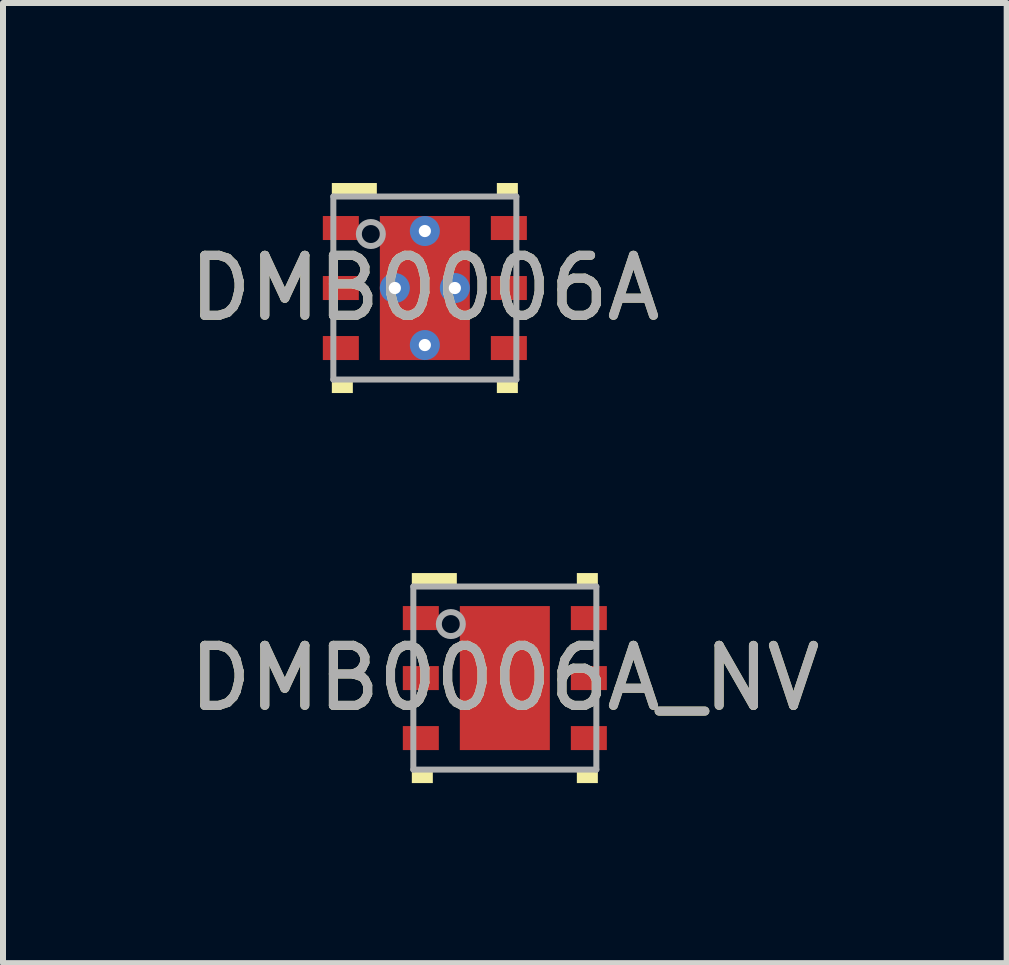
<source format=kicad_pcb>
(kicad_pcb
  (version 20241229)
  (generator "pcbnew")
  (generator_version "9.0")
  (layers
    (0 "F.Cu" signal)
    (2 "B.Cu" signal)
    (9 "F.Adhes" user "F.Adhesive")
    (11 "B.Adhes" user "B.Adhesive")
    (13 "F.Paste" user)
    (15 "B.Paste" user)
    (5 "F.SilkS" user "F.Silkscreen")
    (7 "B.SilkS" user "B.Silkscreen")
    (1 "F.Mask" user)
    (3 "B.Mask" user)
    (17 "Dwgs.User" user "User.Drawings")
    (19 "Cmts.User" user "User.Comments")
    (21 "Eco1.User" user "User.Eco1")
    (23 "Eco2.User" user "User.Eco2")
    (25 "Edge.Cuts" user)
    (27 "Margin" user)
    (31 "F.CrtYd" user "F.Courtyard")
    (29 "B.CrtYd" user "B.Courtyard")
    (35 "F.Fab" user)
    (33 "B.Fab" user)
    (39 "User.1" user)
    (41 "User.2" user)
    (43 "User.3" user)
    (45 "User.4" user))
  (footprint "DMB0006A"
    (layer "F.Cu")
    (at 4.03 1.75)
    (property "Reference" "DMB0006A" (at 0 0 0) (unlocked yes) (layer "F.SilkS") (effects (font (size 1 1) (thickness 0.15))))
    (attr smd)
    (fp_poly (pts (xy -1.55 -1.55) (xy -0.8 -1.55) (xy -0.8 -1.75) (xy -1.55 -1.75)) (stroke (width 0) (type solid)) (fill yes) (layer "F.SilkS"))
    (fp_poly (pts (xy -1.55 1.75) (xy -1.2 1.75) (xy -1.2 1.55) (xy -1.55 1.55)) (stroke (width 0) (type solid)) (fill yes) (layer "F.SilkS"))
    (fp_poly (pts (xy 1.2 -1.55) (xy 1.55 -1.55) (xy 1.55 -1.75) (xy 1.2 -1.75)) (stroke (width 0) (type solid)) (fill yes) (layer "F.SilkS"))
    (fp_poly (pts (xy 1.2 1.75) (xy 1.55 1.75) (xy 1.55 1.55) (xy 1.2 1.55)) (stroke (width 0) (type solid)) (fill yes) (layer "F.SilkS"))
    (fp_poly (pts (xy -0.69 -0.148) (xy -0.69 -1.112) (xy -0.689 -1.122) (xy -0.686 -1.131) (xy -0.682 -1.139) (xy -0.676 -1.146) (xy -0.669 -1.152) (xy -0.661 -1.156) (xy -0.652 -1.159) (xy -0.642 -1.16) (xy 0.642 -1.16) (xy 0.652 -1.159) (xy 0.661 -1.156) (xy 0.669 -1.152) (xy 0.676 -1.146) (xy 0.682 -1.139) (xy 0.686 -1.131) (xy 0.689 -1.122) (xy 0.69 -1.112) (xy 0.69 -0.148) (xy 0.689 -0.138) (xy 0.686 -0.129) (xy 0.682 -0.121) (xy 0.676 -0.114) (xy 0.669 -0.108) (xy 0.661 -0.104) (xy 0.652 -0.101) (xy 0.642 -0.1) (xy -0.642 -0.1) (xy -0.652 -0.101) (xy -0.661 -0.104) (xy -0.669 -0.108) (xy -0.676 -0.114) (xy -0.682 -0.121) (xy -0.686 -0.129) (xy -0.689 -0.138)) (stroke (width 0) (type solid)) (fill yes) (layer "F.Paste"))
    (fp_poly (pts (xy -0.69 1.112) (xy -0.69 0.148) (xy -0.689 0.138) (xy -0.686 0.129) (xy -0.682 0.121) (xy -0.676 0.114) (xy -0.669 0.108) (xy -0.661 0.104) (xy -0.652 0.101) (xy -0.642 0.1) (xy 0.642 0.1) (xy 0.652 0.101) (xy 0.661 0.104) (xy 0.669 0.108) (xy 0.676 0.114) (xy 0.682 0.121) (xy 0.686 0.129) (xy 0.689 0.138) (xy 0.69 0.148) (xy 0.69 1.112) (xy 0.689 1.122) (xy 0.686 1.131) (xy 0.682 1.139) (xy 0.676 1.146) (xy 0.669 1.152) (xy 0.661 1.156) (xy 0.652 1.159) (xy 0.642 1.16) (xy -0.642 1.16) (xy -0.652 1.159) (xy -0.661 1.156) (xy -0.669 1.152) (xy -0.676 1.146) (xy -0.682 1.139) (xy -0.686 1.131) (xy -0.689 1.122)) (stroke (width 0) (type solid)) (fill yes) (layer "F.Paste"))
    (fp_line (start -1.525 -1.525) (end 1.525 -1.525) (stroke (width 0.1) (type solid)) (layer "F.Fab"))
    (fp_line (start -1.525 1.525) (end -1.525 -1.525) (stroke (width 0.1) (type solid)) (layer "F.Fab"))
    (fp_line (start -1.525 1.525) (end 1.525 1.525) (stroke (width 0.1) (type solid)) (layer "F.Fab"))
    (fp_line (start 1.525 1.525) (end 1.525 -1.525) (stroke (width 0.1) (type solid)) (layer "F.Fab"))
    (fp_circle (center -0.9 -0.9) (end -0.7 -0.9) (stroke (width 0.1) (type solid)) (fill no) (layer "F.Fab"))
    (fp_text user "${REFERENCE}" (at 0 0 0) (unlocked yes) (layer "F.Fab") (effects (font (size 1 1) (thickness 0.15))))
    (pad "1" smd rect (at -1.4 -1) (size 0.6 0.4) (layers "F.Cu" "F.Mask" "F.Paste"))
    (pad "2" smd rect (at -1.4 0) (size 0.6 0.4) (layers "F.Cu" "F.Mask" "F.Paste"))
    (pad "3" smd rect (at -1.4 1) (size 0.6 0.4) (layers "F.Cu" "F.Mask" "F.Paste"))
    (pad "4" smd rect (at 1.4 1) (size 0.6 0.4) (layers "F.Cu" "F.Mask" "F.Paste"))
    (pad "5" smd rect (at 1.4 0) (size 0.6 0.4) (layers "F.Cu" "F.Mask" "F.Paste"))
    (pad "6" smd rect (at 1.4 -1) (size 0.6 0.4) (layers "F.Cu" "F.Mask" "F.Paste"))
    (pad "7" smd rect (at 0 0) (size 1.5 2.4) (layers "F.Cu" "F.Mask"))
    (pad "V" thru_hole circle (at -0.5 0) (size 0.5 0.5) (drill 0.203) (layers "*.Cu" "*.Mask"))
    (pad "V" thru_hole circle (at 0 -0.95) (size 0.5 0.5) (drill 0.203) (layers "*.Cu" "*.Mask"))
    (pad "V" thru_hole circle (at 0 0.95) (size 0.5 0.5) (drill 0.203) (layers "*.Cu" "*.Mask"))
    (pad "V" thru_hole circle (at 0.5 0) (size 0.5 0.5) (drill 0.203) (layers "*.Cu" "*.Mask")))
  (footprint "DMB0006A_NV"
    (layer "F.Cu")
    (at 5.363 8.25)
    (property "Reference" "DMB0006A_NV" (at 0 0 0) (unlocked yes) (layer "F.SilkS") (effects (font (size 1 1) (thickness 0.15))))
    (attr smd)
    (fp_poly (pts (xy -1.55 -1.55) (xy -0.8 -1.55) (xy -0.8 -1.75) (xy -1.55 -1.75)) (stroke (width 0) (type solid)) (fill yes) (layer "F.SilkS"))
    (fp_poly (pts (xy -1.55 1.75) (xy -1.2 1.75) (xy -1.2 1.55) (xy -1.55 1.55)) (stroke (width 0) (type solid)) (fill yes) (layer "F.SilkS"))
    (fp_poly (pts (xy 1.2 -1.55) (xy 1.55 -1.55) (xy 1.55 -1.75) (xy 1.2 -1.75)) (stroke (width 0) (type solid)) (fill yes) (layer "F.SilkS"))
    (fp_poly (pts (xy 1.2 1.75) (xy 1.55 1.75) (xy 1.55 1.55) (xy 1.2 1.55)) (stroke (width 0) (type solid)) (fill yes) (layer "F.SilkS"))
    (fp_poly (pts (xy -0.69 -0.148) (xy -0.69 -1.112) (xy -0.689 -1.122) (xy -0.686 -1.131) (xy -0.682 -1.139) (xy -0.676 -1.146) (xy -0.669 -1.152) (xy -0.661 -1.156) (xy -0.652 -1.159) (xy -0.642 -1.16) (xy 0.642 -1.16) (xy 0.652 -1.159) (xy 0.661 -1.156) (xy 0.669 -1.152) (xy 0.676 -1.146) (xy 0.682 -1.139) (xy 0.686 -1.131) (xy 0.689 -1.122) (xy 0.69 -1.112) (xy 0.69 -0.148) (xy 0.689 -0.138) (xy 0.686 -0.129) (xy 0.682 -0.121) (xy 0.676 -0.114) (xy 0.669 -0.108) (xy 0.661 -0.104) (xy 0.652 -0.101) (xy 0.642 -0.1) (xy -0.642 -0.1) (xy -0.652 -0.101) (xy -0.661 -0.104) (xy -0.669 -0.108) (xy -0.676 -0.114) (xy -0.682 -0.121) (xy -0.686 -0.129) (xy -0.689 -0.138)) (stroke (width 0) (type solid)) (fill yes) (layer "F.Paste"))
    (fp_poly (pts (xy -0.69 1.112) (xy -0.69 0.148) (xy -0.689 0.138) (xy -0.686 0.129) (xy -0.682 0.121) (xy -0.676 0.114) (xy -0.669 0.108) (xy -0.661 0.104) (xy -0.652 0.101) (xy -0.642 0.1) (xy 0.642 0.1) (xy 0.652 0.101) (xy 0.661 0.104) (xy 0.669 0.108) (xy 0.676 0.114) (xy 0.682 0.121) (xy 0.686 0.129) (xy 0.689 0.138) (xy 0.69 0.148) (xy 0.69 1.112) (xy 0.689 1.122) (xy 0.686 1.131) (xy 0.682 1.139) (xy 0.676 1.146) (xy 0.669 1.152) (xy 0.661 1.156) (xy 0.652 1.159) (xy 0.642 1.16) (xy -0.642 1.16) (xy -0.652 1.159) (xy -0.661 1.156) (xy -0.669 1.152) (xy -0.676 1.146) (xy -0.682 1.139) (xy -0.686 1.131) (xy -0.689 1.122)) (stroke (width 0) (type solid)) (fill yes) (layer "F.Paste"))
    (fp_line (start -1.525 -1.525) (end 1.525 -1.525) (stroke (width 0.1) (type solid)) (layer "F.Fab"))
    (fp_line (start -1.525 1.525) (end -1.525 -1.525) (stroke (width 0.1) (type solid)) (layer "F.Fab"))
    (fp_line (start -1.525 1.525) (end 1.525 1.525) (stroke (width 0.1) (type solid)) (layer "F.Fab"))
    (fp_line (start 1.525 1.525) (end 1.525 -1.525) (stroke (width 0.1) (type solid)) (layer "F.Fab"))
    (fp_circle (center -0.9 -0.9) (end -0.7 -0.9) (stroke (width 0.1) (type solid)) (fill no) (layer "F.Fab"))
    (fp_text user "${REFERENCE}" (at 0 0 0) (unlocked yes) (layer "F.Fab") (effects (font (size 1 1) (thickness 0.15))))
    (pad "1" smd rect (at -1.4 -1) (size 0.6 0.4) (layers "F.Cu" "F.Mask" "F.Paste"))
    (pad "2" smd rect (at -1.4 0) (size 0.6 0.4) (layers "F.Cu" "F.Mask" "F.Paste"))
    (pad "3" smd rect (at -1.4 1) (size 0.6 0.4) (layers "F.Cu" "F.Mask" "F.Paste"))
    (pad "4" smd rect (at 1.4 1) (size 0.6 0.4) (layers "F.Cu" "F.Mask" "F.Paste"))
    (pad "5" smd rect (at 1.4 0) (size 0.6 0.4) (layers "F.Cu" "F.Mask" "F.Paste"))
    (pad "6" smd rect (at 1.4 -1) (size 0.6 0.4) (layers "F.Cu" "F.Mask" "F.Paste"))
    (pad "7" smd rect (at 0 0) (size 1.5 2.4) (layers "F.Cu" "F.Mask")))
  (gr_rect
    (start -3 -3)
    (end 13.726 13)
    (stroke (width 0.1) (type default))
    (fill no)
    (layer "Edge.Cuts")))
</source>
